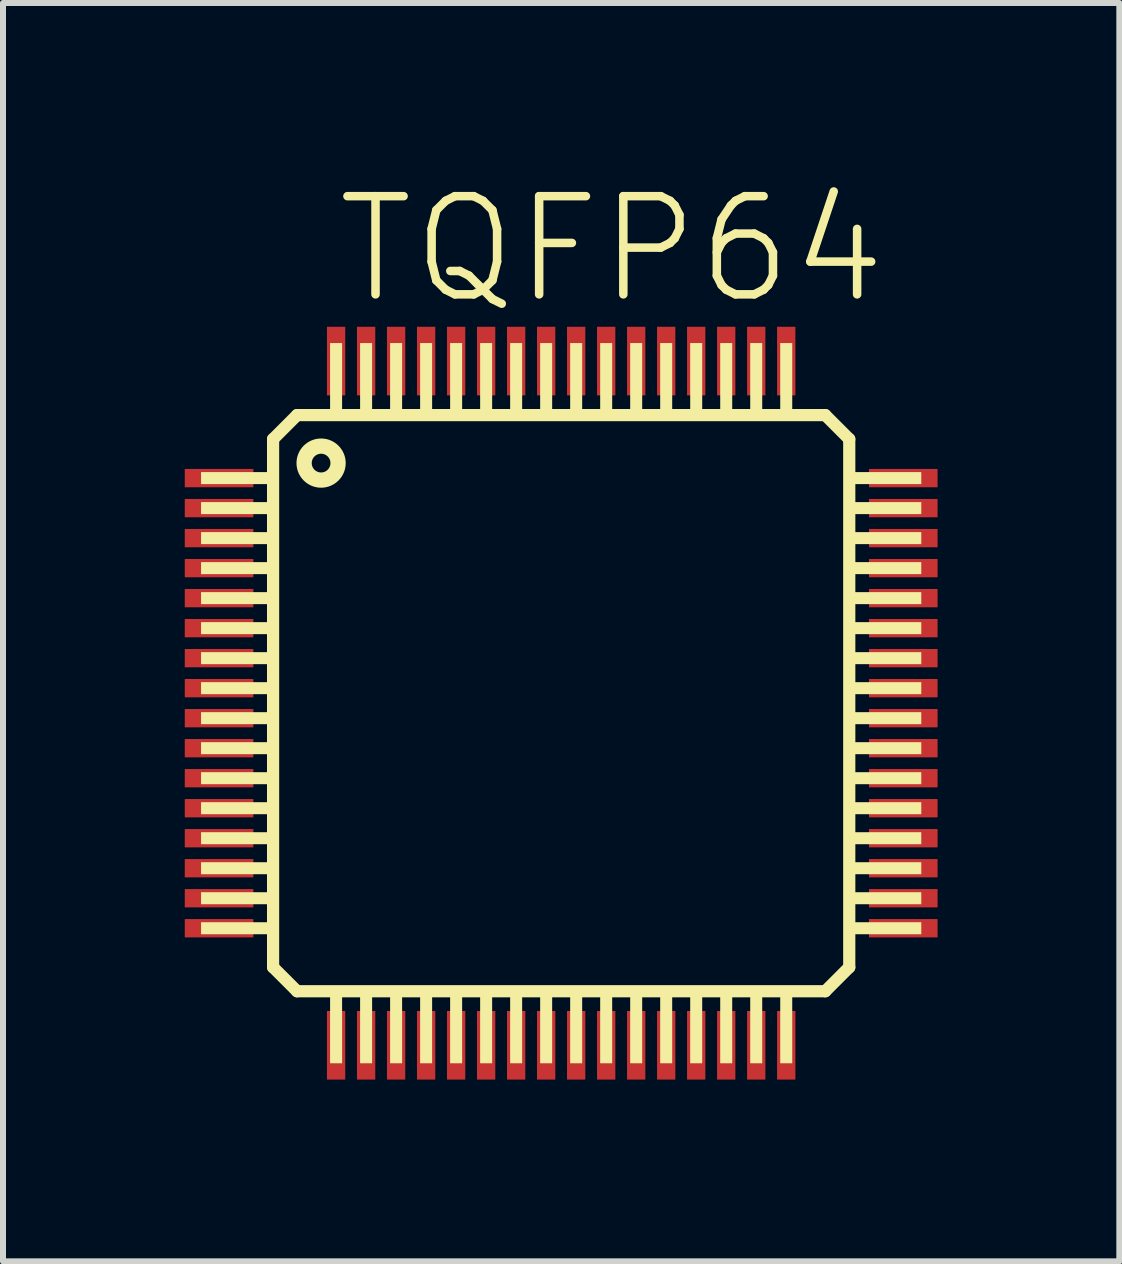
<source format=kicad_pcb>
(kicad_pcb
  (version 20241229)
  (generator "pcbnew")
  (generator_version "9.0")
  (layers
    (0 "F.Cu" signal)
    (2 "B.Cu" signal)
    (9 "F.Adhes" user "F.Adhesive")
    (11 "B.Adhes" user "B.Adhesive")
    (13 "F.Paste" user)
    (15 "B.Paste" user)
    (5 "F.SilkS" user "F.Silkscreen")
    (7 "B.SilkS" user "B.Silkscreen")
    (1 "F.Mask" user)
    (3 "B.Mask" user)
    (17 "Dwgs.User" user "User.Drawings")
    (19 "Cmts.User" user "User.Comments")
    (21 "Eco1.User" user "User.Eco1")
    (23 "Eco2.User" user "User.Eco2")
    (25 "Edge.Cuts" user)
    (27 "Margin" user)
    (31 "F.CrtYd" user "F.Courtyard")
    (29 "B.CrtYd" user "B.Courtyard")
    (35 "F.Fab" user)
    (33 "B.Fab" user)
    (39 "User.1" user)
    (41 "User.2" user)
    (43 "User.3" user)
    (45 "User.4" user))
  (footprint "TQFP64"
    (layer "F.Cu")
    (at 6.3 8.666)
    (property "Reference" "TQFP64" (at -3.81 -6.604 0) (layer "F.SilkS") (effects (font (size 1.636 1.636) (thickness 0.142)) (justify left bottom)))
    (fp_line (start -4.8 -4.4) (end -4.4 -4.8) (stroke (width 0.203) (type solid)) (layer "F.SilkS"))
    (fp_line (start -4.8 4.4) (end -4.8 -4.4) (stroke (width 0.203) (type solid)) (layer "F.SilkS"))
    (fp_line (start -4.4 -4.8) (end 4.4 -4.8) (stroke (width 0.203) (type solid)) (layer "F.SilkS"))
    (fp_line (start -4.4 4.8) (end -4.8 4.4) (stroke (width 0.203) (type solid)) (layer "F.SilkS"))
    (fp_line (start 4.4 -4.8) (end 4.8 -4.4) (stroke (width 0.203) (type solid)) (layer "F.SilkS"))
    (fp_line (start 4.4 4.8) (end -4.4 4.8) (stroke (width 0.203) (type solid)) (layer "F.SilkS"))
    (fp_line (start 4.8 -4.4) (end 4.8 4.4) (stroke (width 0.203) (type solid)) (layer "F.SilkS"))
    (fp_line (start 4.8 4.4) (end 4.4 4.8) (stroke (width 0.203) (type solid)) (layer "F.SilkS"))
    (fp_circle (center -4 -4) (end -3.717 -4) (stroke (width 0.254) (type solid)) (fill no) (layer "F.SilkS"))
    (fp_poly (pts (xy -6 -3.65) (xy -4.8 -3.65) (xy -4.8 -3.85) (xy -6 -3.85)) (stroke (width 0) (type default)) (fill yes) (layer "F.SilkS"))
    (fp_poly (pts (xy -6 -3.15) (xy -4.8 -3.15) (xy -4.8 -3.35) (xy -6 -3.35)) (stroke (width 0) (type default)) (fill yes) (layer "F.SilkS"))
    (fp_poly (pts (xy -6 -2.65) (xy -4.8 -2.65) (xy -4.8 -2.85) (xy -6 -2.85)) (stroke (width 0) (type default)) (fill yes) (layer "F.SilkS"))
    (fp_poly (pts (xy -6 -2.15) (xy -4.8 -2.15) (xy -4.8 -2.35) (xy -6 -2.35)) (stroke (width 0) (type default)) (fill yes) (layer "F.SilkS"))
    (fp_poly (pts (xy -6 -1.65) (xy -4.8 -1.65) (xy -4.8 -1.85) (xy -6 -1.85)) (stroke (width 0) (type default)) (fill yes) (layer "F.SilkS"))
    (fp_poly (pts (xy -6 -1.15) (xy -4.8 -1.15) (xy -4.8 -1.35) (xy -6 -1.35)) (stroke (width 0) (type default)) (fill yes) (layer "F.SilkS"))
    (fp_poly (pts (xy -6 -0.65) (xy -4.8 -0.65) (xy -4.8 -0.85) (xy -6 -0.85)) (stroke (width 0) (type default)) (fill yes) (layer "F.SilkS"))
    (fp_poly (pts (xy -6 -0.15) (xy -4.8 -0.15) (xy -4.8 -0.35) (xy -6 -0.35)) (stroke (width 0) (type default)) (fill yes) (layer "F.SilkS"))
    (fp_poly (pts (xy -6 0.35) (xy -4.8 0.35) (xy -4.8 0.15) (xy -6 0.15)) (stroke (width 0) (type default)) (fill yes) (layer "F.SilkS"))
    (fp_poly (pts (xy -6 0.85) (xy -4.8 0.85) (xy -4.8 0.65) (xy -6 0.65)) (stroke (width 0) (type default)) (fill yes) (layer "F.SilkS"))
    (fp_poly (pts (xy -6 1.35) (xy -4.8 1.35) (xy -4.8 1.15) (xy -6 1.15)) (stroke (width 0) (type default)) (fill yes) (layer "F.SilkS"))
    (fp_poly (pts (xy -6 1.85) (xy -4.8 1.85) (xy -4.8 1.65) (xy -6 1.65)) (stroke (width 0) (type default)) (fill yes) (layer "F.SilkS"))
    (fp_poly (pts (xy -6 2.35) (xy -4.8 2.35) (xy -4.8 2.15) (xy -6 2.15)) (stroke (width 0) (type default)) (fill yes) (layer "F.SilkS"))
    (fp_poly (pts (xy -6 2.85) (xy -4.8 2.85) (xy -4.8 2.65) (xy -6 2.65)) (stroke (width 0) (type default)) (fill yes) (layer "F.SilkS"))
    (fp_poly (pts (xy -6 3.35) (xy -4.8 3.35) (xy -4.8 3.15) (xy -6 3.15)) (stroke (width 0) (type default)) (fill yes) (layer "F.SilkS"))
    (fp_poly (pts (xy -6 3.85) (xy -4.8 3.85) (xy -4.8 3.65) (xy -6 3.65)) (stroke (width 0) (type default)) (fill yes) (layer "F.SilkS"))
    (fp_poly (pts (xy -3.85 -4.8) (xy -3.65 -4.8) (xy -3.65 -6) (xy -3.85 -6)) (stroke (width 0) (type default)) (fill yes) (layer "F.SilkS"))
    (fp_poly (pts (xy -3.85 6) (xy -3.65 6) (xy -3.65 4.8) (xy -3.85 4.8)) (stroke (width 0) (type default)) (fill yes) (layer "F.SilkS"))
    (fp_poly (pts (xy -3.35 -4.8) (xy -3.15 -4.8) (xy -3.15 -6) (xy -3.35 -6)) (stroke (width 0) (type default)) (fill yes) (layer "F.SilkS"))
    (fp_poly (pts (xy -3.35 6) (xy -3.15 6) (xy -3.15 4.8) (xy -3.35 4.8)) (stroke (width 0) (type default)) (fill yes) (layer "F.SilkS"))
    (fp_poly (pts (xy -2.85 -4.8) (xy -2.65 -4.8) (xy -2.65 -6) (xy -2.85 -6)) (stroke (width 0) (type default)) (fill yes) (layer "F.SilkS"))
    (fp_poly (pts (xy -2.85 6) (xy -2.65 6) (xy -2.65 4.8) (xy -2.85 4.8)) (stroke (width 0) (type default)) (fill yes) (layer "F.SilkS"))
    (fp_poly (pts (xy -2.35 -4.8) (xy -2.15 -4.8) (xy -2.15 -6) (xy -2.35 -6)) (stroke (width 0) (type default)) (fill yes) (layer "F.SilkS"))
    (fp_poly (pts (xy -2.35 6) (xy -2.15 6) (xy -2.15 4.8) (xy -2.35 4.8)) (stroke (width 0) (type default)) (fill yes) (layer "F.SilkS"))
    (fp_poly (pts (xy -1.85 -4.8) (xy -1.65 -4.8) (xy -1.65 -6) (xy -1.85 -6)) (stroke (width 0) (type default)) (fill yes) (layer "F.SilkS"))
    (fp_poly (pts (xy -1.85 6) (xy -1.65 6) (xy -1.65 4.8) (xy -1.85 4.8)) (stroke (width 0) (type default)) (fill yes) (layer "F.SilkS"))
    (fp_poly (pts (xy -1.35 -4.8) (xy -1.15 -4.8) (xy -1.15 -6) (xy -1.35 -6)) (stroke (width 0) (type default)) (fill yes) (layer "F.SilkS"))
    (fp_poly (pts (xy -1.35 6) (xy -1.15 6) (xy -1.15 4.8) (xy -1.35 4.8)) (stroke (width 0) (type default)) (fill yes) (layer "F.SilkS"))
    (fp_poly (pts (xy -0.85 -4.8) (xy -0.65 -4.8) (xy -0.65 -6) (xy -0.85 -6)) (stroke (width 0) (type default)) (fill yes) (layer "F.SilkS"))
    (fp_poly (pts (xy -0.85 6) (xy -0.65 6) (xy -0.65 4.8) (xy -0.85 4.8)) (stroke (width 0) (type default)) (fill yes) (layer "F.SilkS"))
    (fp_poly (pts (xy -0.35 -4.8) (xy -0.15 -4.8) (xy -0.15 -6) (xy -0.35 -6)) (stroke (width 0) (type default)) (fill yes) (layer "F.SilkS"))
    (fp_poly (pts (xy -0.35 6) (xy -0.15 6) (xy -0.15 4.8) (xy -0.35 4.8)) (stroke (width 0) (type default)) (fill yes) (layer "F.SilkS"))
    (fp_poly (pts (xy 0.15 -4.8) (xy 0.35 -4.8) (xy 0.35 -6) (xy 0.15 -6)) (stroke (width 0) (type default)) (fill yes) (layer "F.SilkS"))
    (fp_poly (pts (xy 0.15 6) (xy 0.35 6) (xy 0.35 4.8) (xy 0.15 4.8)) (stroke (width 0) (type default)) (fill yes) (layer "F.SilkS"))
    (fp_poly (pts (xy 0.65 -4.8) (xy 0.85 -4.8) (xy 0.85 -6) (xy 0.65 -6)) (stroke (width 0) (type default)) (fill yes) (layer "F.SilkS"))
    (fp_poly (pts (xy 0.65 6) (xy 0.85 6) (xy 0.85 4.8) (xy 0.65 4.8)) (stroke (width 0) (type default)) (fill yes) (layer "F.SilkS"))
    (fp_poly (pts (xy 1.15 -4.8) (xy 1.35 -4.8) (xy 1.35 -6) (xy 1.15 -6)) (stroke (width 0) (type default)) (fill yes) (layer "F.SilkS"))
    (fp_poly (pts (xy 1.15 6) (xy 1.35 6) (xy 1.35 4.8) (xy 1.15 4.8)) (stroke (width 0) (type default)) (fill yes) (layer "F.SilkS"))
    (fp_poly (pts (xy 1.65 -4.8) (xy 1.85 -4.8) (xy 1.85 -6) (xy 1.65 -6)) (stroke (width 0) (type default)) (fill yes) (layer "F.SilkS"))
    (fp_poly (pts (xy 1.65 6) (xy 1.85 6) (xy 1.85 4.8) (xy 1.65 4.8)) (stroke (width 0) (type default)) (fill yes) (layer "F.SilkS"))
    (fp_poly (pts (xy 2.15 -4.8) (xy 2.35 -4.8) (xy 2.35 -6) (xy 2.15 -6)) (stroke (width 0) (type default)) (fill yes) (layer "F.SilkS"))
    (fp_poly (pts (xy 2.15 6) (xy 2.35 6) (xy 2.35 4.8) (xy 2.15 4.8)) (stroke (width 0) (type default)) (fill yes) (layer "F.SilkS"))
    (fp_poly (pts (xy 2.65 -4.8) (xy 2.85 -4.8) (xy 2.85 -6) (xy 2.65 -6)) (stroke (width 0) (type default)) (fill yes) (layer "F.SilkS"))
    (fp_poly (pts (xy 2.65 6) (xy 2.85 6) (xy 2.85 4.8) (xy 2.65 4.8)) (stroke (width 0) (type default)) (fill yes) (layer "F.SilkS"))
    (fp_poly (pts (xy 3.15 -4.8) (xy 3.35 -4.8) (xy 3.35 -6) (xy 3.15 -6)) (stroke (width 0) (type default)) (fill yes) (layer "F.SilkS"))
    (fp_poly (pts (xy 3.15 6) (xy 3.35 6) (xy 3.35 4.8) (xy 3.15 4.8)) (stroke (width 0) (type default)) (fill yes) (layer "F.SilkS"))
    (fp_poly (pts (xy 3.65 -4.8) (xy 3.85 -4.8) (xy 3.85 -6) (xy 3.65 -6)) (stroke (width 0) (type default)) (fill yes) (layer "F.SilkS"))
    (fp_poly (pts (xy 3.65 6) (xy 3.85 6) (xy 3.85 4.8) (xy 3.65 4.8)) (stroke (width 0) (type default)) (fill yes) (layer "F.SilkS"))
    (fp_poly (pts (xy 4.8 -3.65) (xy 6 -3.65) (xy 6 -3.85) (xy 4.8 -3.85)) (stroke (width 0) (type default)) (fill yes) (layer "F.SilkS"))
    (fp_poly (pts (xy 4.8 -3.15) (xy 6 -3.15) (xy 6 -3.35) (xy 4.8 -3.35)) (stroke (width 0) (type default)) (fill yes) (layer "F.SilkS"))
    (fp_poly (pts (xy 4.8 -2.65) (xy 6 -2.65) (xy 6 -2.85) (xy 4.8 -2.85)) (stroke (width 0) (type default)) (fill yes) (layer "F.SilkS"))
    (fp_poly (pts (xy 4.8 -2.15) (xy 6 -2.15) (xy 6 -2.35) (xy 4.8 -2.35)) (stroke (width 0) (type default)) (fill yes) (layer "F.SilkS"))
    (fp_poly (pts (xy 4.8 -1.65) (xy 6 -1.65) (xy 6 -1.85) (xy 4.8 -1.85)) (stroke (width 0) (type default)) (fill yes) (layer "F.SilkS"))
    (fp_poly (pts (xy 4.8 -1.15) (xy 6 -1.15) (xy 6 -1.35) (xy 4.8 -1.35)) (stroke (width 0) (type default)) (fill yes) (layer "F.SilkS"))
    (fp_poly (pts (xy 4.8 -0.65) (xy 6 -0.65) (xy 6 -0.85) (xy 4.8 -0.85)) (stroke (width 0) (type default)) (fill yes) (layer "F.SilkS"))
    (fp_poly (pts (xy 4.8 -0.15) (xy 6 -0.15) (xy 6 -0.35) (xy 4.8 -0.35)) (stroke (width 0) (type default)) (fill yes) (layer "F.SilkS"))
    (fp_poly (pts (xy 4.8 0.35) (xy 6 0.35) (xy 6 0.15) (xy 4.8 0.15)) (stroke (width 0) (type default)) (fill yes) (layer "F.SilkS"))
    (fp_poly (pts (xy 4.8 0.85) (xy 6 0.85) (xy 6 0.65) (xy 4.8 0.65)) (stroke (width 0) (type default)) (fill yes) (layer "F.SilkS"))
    (fp_poly (pts (xy 4.8 1.35) (xy 6 1.35) (xy 6 1.15) (xy 4.8 1.15)) (stroke (width 0) (type default)) (fill yes) (layer "F.SilkS"))
    (fp_poly (pts (xy 4.8 1.85) (xy 6 1.85) (xy 6 1.65) (xy 4.8 1.65)) (stroke (width 0) (type default)) (fill yes) (layer "F.SilkS"))
    (fp_poly (pts (xy 4.8 2.35) (xy 6 2.35) (xy 6 2.15) (xy 4.8 2.15)) (stroke (width 0) (type default)) (fill yes) (layer "F.SilkS"))
    (fp_poly (pts (xy 4.8 2.85) (xy 6 2.85) (xy 6 2.65) (xy 4.8 2.65)) (stroke (width 0) (type default)) (fill yes) (layer "F.SilkS"))
    (fp_poly (pts (xy 4.8 3.35) (xy 6 3.35) (xy 6 3.15) (xy 4.8 3.15)) (stroke (width 0) (type default)) (fill yes) (layer "F.SilkS"))
    (fp_poly (pts (xy 4.8 3.85) (xy 6 3.85) (xy 6 3.65) (xy 4.8 3.65)) (stroke (width 0) (type default)) (fill yes) (layer "F.SilkS"))
    (fp_poly (pts (xy -6.3 -3.6) (xy -5.4 -3.6) (xy -5.4 -3.9) (xy -6.3 -3.9)) (stroke (width 0) (type default)) (fill yes) (layer "F.Paste"))
    (fp_poly (pts (xy -6.3 -3.1) (xy -5.4 -3.1) (xy -5.4 -3.4) (xy -6.3 -3.4)) (stroke (width 0) (type default)) (fill yes) (layer "F.Paste"))
    (fp_poly (pts (xy -6.3 -2.6) (xy -5.4 -2.6) (xy -5.4 -2.9) (xy -6.3 -2.9)) (stroke (width 0) (type default)) (fill yes) (layer "F.Paste"))
    (fp_poly (pts (xy -6.3 -2.1) (xy -5.4 -2.1) (xy -5.4 -2.4) (xy -6.3 -2.4)) (stroke (width 0) (type default)) (fill yes) (layer "F.Paste"))
    (fp_poly (pts (xy -6.3 -1.6) (xy -5.4 -1.6) (xy -5.4 -1.9) (xy -6.3 -1.9)) (stroke (width 0) (type default)) (fill yes) (layer "F.Paste"))
    (fp_poly (pts (xy -6.3 -1.1) (xy -5.4 -1.1) (xy -5.4 -1.4) (xy -6.3 -1.4)) (stroke (width 0) (type default)) (fill yes) (layer "F.Paste"))
    (fp_poly (pts (xy -6.3 -0.6) (xy -5.4 -0.6) (xy -5.4 -0.9) (xy -6.3 -0.9)) (stroke (width 0) (type default)) (fill yes) (layer "F.Paste"))
    (fp_poly (pts (xy -6.3 -0.1) (xy -5.4 -0.1) (xy -5.4 -0.4) (xy -6.3 -0.4)) (stroke (width 0) (type default)) (fill yes) (layer "F.Paste"))
    (fp_poly (pts (xy -6.3 0.4) (xy -5.4 0.4) (xy -5.4 0.1) (xy -6.3 0.1)) (stroke (width 0) (type default)) (fill yes) (layer "F.Paste"))
    (fp_poly (pts (xy -6.3 0.9) (xy -5.4 0.9) (xy -5.4 0.6) (xy -6.3 0.6)) (stroke (width 0) (type default)) (fill yes) (layer "F.Paste"))
    (fp_poly (pts (xy -6.3 1.4) (xy -5.4 1.4) (xy -5.4 1.1) (xy -6.3 1.1)) (stroke (width 0) (type default)) (fill yes) (layer "F.Paste"))
    (fp_poly (pts (xy -6.3 1.9) (xy -5.4 1.9) (xy -5.4 1.6) (xy -6.3 1.6)) (stroke (width 0) (type default)) (fill yes) (layer "F.Paste"))
    (fp_poly (pts (xy -6.3 2.4) (xy -5.4 2.4) (xy -5.4 2.1) (xy -6.3 2.1)) (stroke (width 0) (type default)) (fill yes) (layer "F.Paste"))
    (fp_poly (pts (xy -6.3 2.9) (xy -5.4 2.9) (xy -5.4 2.6) (xy -6.3 2.6)) (stroke (width 0) (type default)) (fill yes) (layer "F.Paste"))
    (fp_poly (pts (xy -6.3 3.4) (xy -5.4 3.4) (xy -5.4 3.1) (xy -6.3 3.1)) (stroke (width 0) (type default)) (fill yes) (layer "F.Paste"))
    (fp_poly (pts (xy -6.3 3.9) (xy -5.4 3.9) (xy -5.4 3.6) (xy -6.3 3.6)) (stroke (width 0) (type default)) (fill yes) (layer "F.Paste"))
    (fp_poly (pts (xy -3.6 -5.4) (xy -3.6 -6.3) (xy -3.9 -6.3) (xy -3.9 -5.4)) (stroke (width 0) (type default)) (fill yes) (layer "F.Paste"))
    (fp_poly (pts (xy -3.6 6.3) (xy -3.6 5.4) (xy -3.9 5.4) (xy -3.9 6.3)) (stroke (width 0) (type default)) (fill yes) (layer "F.Paste"))
    (fp_poly (pts (xy -3.1 -5.4) (xy -3.1 -6.3) (xy -3.4 -6.3) (xy -3.4 -5.4)) (stroke (width 0) (type default)) (fill yes) (layer "F.Paste"))
    (fp_poly (pts (xy -3.1 6.3) (xy -3.1 5.4) (xy -3.4 5.4) (xy -3.4 6.3)) (stroke (width 0) (type default)) (fill yes) (layer "F.Paste"))
    (fp_poly (pts (xy -2.6 -5.4) (xy -2.6 -6.3) (xy -2.9 -6.3) (xy -2.9 -5.4)) (stroke (width 0) (type default)) (fill yes) (layer "F.Paste"))
    (fp_poly (pts (xy -2.6 6.3) (xy -2.6 5.4) (xy -2.9 5.4) (xy -2.9 6.3)) (stroke (width 0) (type default)) (fill yes) (layer "F.Paste"))
    (fp_poly (pts (xy -2.1 -5.4) (xy -2.1 -6.3) (xy -2.4 -6.3) (xy -2.4 -5.4)) (stroke (width 0) (type default)) (fill yes) (layer "F.Paste"))
    (fp_poly (pts (xy -2.1 6.3) (xy -2.1 5.4) (xy -2.4 5.4) (xy -2.4 6.3)) (stroke (width 0) (type default)) (fill yes) (layer "F.Paste"))
    (fp_poly (pts (xy -1.6 -5.4) (xy -1.6 -6.3) (xy -1.9 -6.3) (xy -1.9 -5.4)) (stroke (width 0) (type default)) (fill yes) (layer "F.Paste"))
    (fp_poly (pts (xy -1.6 6.3) (xy -1.6 5.4) (xy -1.9 5.4) (xy -1.9 6.3)) (stroke (width 0) (type default)) (fill yes) (layer "F.Paste"))
    (fp_poly (pts (xy -1.1 -5.4) (xy -1.1 -6.3) (xy -1.4 -6.3) (xy -1.4 -5.4)) (stroke (width 0) (type default)) (fill yes) (layer "F.Paste"))
    (fp_poly (pts (xy -1.1 6.3) (xy -1.1 5.4) (xy -1.4 5.4) (xy -1.4 6.3)) (stroke (width 0) (type default)) (fill yes) (layer "F.Paste"))
    (fp_poly (pts (xy -0.6 -5.4) (xy -0.6 -6.3) (xy -0.9 -6.3) (xy -0.9 -5.4)) (stroke (width 0) (type default)) (fill yes) (layer "F.Paste"))
    (fp_poly (pts (xy -0.6 6.3) (xy -0.6 5.4) (xy -0.9 5.4) (xy -0.9 6.3)) (stroke (width 0) (type default)) (fill yes) (layer "F.Paste"))
    (fp_poly (pts (xy -0.1 -5.4) (xy -0.1 -6.3) (xy -0.4 -6.3) (xy -0.4 -5.4)) (stroke (width 0) (type default)) (fill yes) (layer "F.Paste"))
    (fp_poly (pts (xy -0.1 6.3) (xy -0.1 5.4) (xy -0.4 5.4) (xy -0.4 6.3)) (stroke (width 0) (type default)) (fill yes) (layer "F.Paste"))
    (fp_poly (pts (xy 0.4 -5.4) (xy 0.4 -6.3) (xy 0.1 -6.3) (xy 0.1 -5.4)) (stroke (width 0) (type default)) (fill yes) (layer "F.Paste"))
    (fp_poly (pts (xy 0.4 6.3) (xy 0.4 5.4) (xy 0.1 5.4) (xy 0.1 6.3)) (stroke (width 0) (type default)) (fill yes) (layer "F.Paste"))
    (fp_poly (pts (xy 0.9 -5.4) (xy 0.9 -6.3) (xy 0.6 -6.3) (xy 0.6 -5.4)) (stroke (width 0) (type default)) (fill yes) (layer "F.Paste"))
    (fp_poly (pts (xy 0.9 6.3) (xy 0.9 5.4) (xy 0.6 5.4) (xy 0.6 6.3)) (stroke (width 0) (type default)) (fill yes) (layer "F.Paste"))
    (fp_poly (pts (xy 1.4 -5.4) (xy 1.4 -6.3) (xy 1.1 -6.3) (xy 1.1 -5.4)) (stroke (width 0) (type default)) (fill yes) (layer "F.Paste"))
    (fp_poly (pts (xy 1.4 6.3) (xy 1.4 5.4) (xy 1.1 5.4) (xy 1.1 6.3)) (stroke (width 0) (type default)) (fill yes) (layer "F.Paste"))
    (fp_poly (pts (xy 1.9 -5.4) (xy 1.9 -6.3) (xy 1.6 -6.3) (xy 1.6 -5.4)) (stroke (width 0) (type default)) (fill yes) (layer "F.Paste"))
    (fp_poly (pts (xy 1.9 6.3) (xy 1.9 5.4) (xy 1.6 5.4) (xy 1.6 6.3)) (stroke (width 0) (type default)) (fill yes) (layer "F.Paste"))
    (fp_poly (pts (xy 2.4 -5.4) (xy 2.4 -6.3) (xy 2.1 -6.3) (xy 2.1 -5.4)) (stroke (width 0) (type default)) (fill yes) (layer "F.Paste"))
    (fp_poly (pts (xy 2.4 6.3) (xy 2.4 5.4) (xy 2.1 5.4) (xy 2.1 6.3)) (stroke (width 0) (type default)) (fill yes) (layer "F.Paste"))
    (fp_poly (pts (xy 2.9 -5.4) (xy 2.9 -6.3) (xy 2.6 -6.3) (xy 2.6 -5.4)) (stroke (width 0) (type default)) (fill yes) (layer "F.Paste"))
    (fp_poly (pts (xy 2.9 6.3) (xy 2.9 5.4) (xy 2.6 5.4) (xy 2.6 6.3)) (stroke (width 0) (type default)) (fill yes) (layer "F.Paste"))
    (fp_poly (pts (xy 3.4 -5.4) (xy 3.4 -6.3) (xy 3.1 -6.3) (xy 3.1 -5.4)) (stroke (width 0) (type default)) (fill yes) (layer "F.Paste"))
    (fp_poly (pts (xy 3.4 6.3) (xy 3.4 5.4) (xy 3.1 5.4) (xy 3.1 6.3)) (stroke (width 0) (type default)) (fill yes) (layer "F.Paste"))
    (fp_poly (pts (xy 3.9 -5.4) (xy 3.9 -6.3) (xy 3.6 -6.3) (xy 3.6 -5.4)) (stroke (width 0) (type default)) (fill yes) (layer "F.Paste"))
    (fp_poly (pts (xy 3.9 6.3) (xy 3.9 5.4) (xy 3.6 5.4) (xy 3.6 6.3)) (stroke (width 0) (type default)) (fill yes) (layer "F.Paste"))
    (fp_poly (pts (xy 5.4 -3.6) (xy 6.3 -3.6) (xy 6.3 -3.9) (xy 5.4 -3.9)) (stroke (width 0) (type default)) (fill yes) (layer "F.Paste"))
    (fp_poly (pts (xy 5.4 -3.1) (xy 6.3 -3.1) (xy 6.3 -3.4) (xy 5.4 -3.4)) (stroke (width 0) (type default)) (fill yes) (layer "F.Paste"))
    (fp_poly (pts (xy 5.4 -2.6) (xy 6.3 -2.6) (xy 6.3 -2.9) (xy 5.4 -2.9)) (stroke (width 0) (type default)) (fill yes) (layer "F.Paste"))
    (fp_poly (pts (xy 5.4 -2.1) (xy 6.3 -2.1) (xy 6.3 -2.4) (xy 5.4 -2.4)) (stroke (width 0) (type default)) (fill yes) (layer "F.Paste"))
    (fp_poly (pts (xy 5.4 -1.6) (xy 6.3 -1.6) (xy 6.3 -1.9) (xy 5.4 -1.9)) (stroke (width 0) (type default)) (fill yes) (layer "F.Paste"))
    (fp_poly (pts (xy 5.4 -1.1) (xy 6.3 -1.1) (xy 6.3 -1.4) (xy 5.4 -1.4)) (stroke (width 0) (type default)) (fill yes) (layer "F.Paste"))
    (fp_poly (pts (xy 5.4 -0.6) (xy 6.3 -0.6) (xy 6.3 -0.9) (xy 5.4 -0.9)) (stroke (width 0) (type default)) (fill yes) (layer "F.Paste"))
    (fp_poly (pts (xy 5.4 -0.1) (xy 6.3 -0.1) (xy 6.3 -0.4) (xy 5.4 -0.4)) (stroke (width 0) (type default)) (fill yes) (layer "F.Paste"))
    (fp_poly (pts (xy 5.4 0.4) (xy 6.3 0.4) (xy 6.3 0.1) (xy 5.4 0.1)) (stroke (width 0) (type default)) (fill yes) (layer "F.Paste"))
    (fp_poly (pts (xy 5.4 0.9) (xy 6.3 0.9) (xy 6.3 0.6) (xy 5.4 0.6)) (stroke (width 0) (type default)) (fill yes) (layer "F.Paste"))
    (fp_poly (pts (xy 5.4 1.4) (xy 6.3 1.4) (xy 6.3 1.1) (xy 5.4 1.1)) (stroke (width 0) (type default)) (fill yes) (layer "F.Paste"))
    (fp_poly (pts (xy 5.4 1.9) (xy 6.3 1.9) (xy 6.3 1.6) (xy 5.4 1.6)) (stroke (width 0) (type default)) (fill yes) (layer "F.Paste"))
    (fp_poly (pts (xy 5.4 2.4) (xy 6.3 2.4) (xy 6.3 2.1) (xy 5.4 2.1)) (stroke (width 0) (type default)) (fill yes) (layer "F.Paste"))
    (fp_poly (pts (xy 5.4 2.9) (xy 6.3 2.9) (xy 6.3 2.6) (xy 5.4 2.6)) (stroke (width 0) (type default)) (fill yes) (layer "F.Paste"))
    (fp_poly (pts (xy 5.4 3.4) (xy 6.3 3.4) (xy 6.3 3.1) (xy 5.4 3.1)) (stroke (width 0) (type default)) (fill yes) (layer "F.Paste"))
    (fp_poly (pts (xy 5.4 3.9) (xy 6.3 3.9) (xy 6.3 3.6) (xy 5.4 3.6)) (stroke (width 0) (type default)) (fill yes) (layer "F.Paste"))
    (pad "1" smd rect (at -5.7 -3.75) (size 1.143 0.305) (layers "F.Cu" "F.Mask"))
    (pad "2" smd rect (at -5.7 -3.25) (size 1.143 0.305) (layers "F.Cu" "F.Mask"))
    (pad "3" smd rect (at -5.7 -2.75) (size 1.143 0.305) (layers "F.Cu" "F.Mask"))
    (pad "4" smd rect (at -5.7 -2.25) (size 1.143 0.305) (layers "F.Cu" "F.Mask"))
    (pad "5" smd rect (at -5.7 -1.75) (size 1.143 0.305) (layers "F.Cu" "F.Mask"))
    (pad "6" smd rect (at -5.7 -1.25) (size 1.143 0.305) (layers "F.Cu" "F.Mask"))
    (pad "7" smd rect (at -5.7 -0.75) (size 1.143 0.305) (layers "F.Cu" "F.Mask"))
    (pad "8" smd rect (at -5.7 -0.25) (size 1.143 0.305) (layers "F.Cu" "F.Mask"))
    (pad "9" smd rect (at -5.7 0.25) (size 1.143 0.305) (layers "F.Cu" "F.Mask"))
    (pad "10" smd rect (at -5.7 0.75) (size 1.143 0.305) (layers "F.Cu" "F.Mask"))
    (pad "11" smd rect (at -5.7 1.25) (size 1.143 0.305) (layers "F.Cu" "F.Mask"))
    (pad "12" smd rect (at -5.7 1.75) (size 1.143 0.305) (layers "F.Cu" "F.Mask"))
    (pad "13" smd rect (at -5.7 2.25) (size 1.143 0.305) (layers "F.Cu" "F.Mask"))
    (pad "14" smd rect (at -5.7 2.75) (size 1.143 0.305) (layers "F.Cu" "F.Mask"))
    (pad "15" smd rect (at -5.7 3.25) (size 1.143 0.305) (layers "F.Cu" "F.Mask"))
    (pad "16" smd rect (at -5.7 3.75) (size 1.143 0.305) (layers "F.Cu" "F.Mask"))
    (pad "17" smd rect (at -3.75 5.7) (size 0.305 1.143) (layers "F.Cu" "F.Mask"))
    (pad "18" smd rect (at -3.25 5.7) (size 0.305 1.143) (layers "F.Cu" "F.Mask"))
    (pad "19" smd rect (at -2.75 5.7) (size 0.305 1.143) (layers "F.Cu" "F.Mask"))
    (pad "20" smd rect (at -2.25 5.7) (size 0.305 1.143) (layers "F.Cu" "F.Mask"))
    (pad "21" smd rect (at -1.75 5.7) (size 0.305 1.143) (layers "F.Cu" "F.Mask"))
    (pad "22" smd rect (at -1.25 5.7) (size 0.305 1.143) (layers "F.Cu" "F.Mask"))
    (pad "23" smd rect (at -0.75 5.7) (size 0.305 1.143) (layers "F.Cu" "F.Mask"))
    (pad "24" smd rect (at -0.25 5.7) (size 0.305 1.143) (layers "F.Cu" "F.Mask"))
    (pad "25" smd rect (at 0.25 5.7) (size 0.305 1.143) (layers "F.Cu" "F.Mask"))
    (pad "26" smd rect (at 0.75 5.7) (size 0.305 1.143) (layers "F.Cu" "F.Mask"))
    (pad "27" smd rect (at 1.25 5.7) (size 0.305 1.143) (layers "F.Cu" "F.Mask"))
    (pad "28" smd rect (at 1.75 5.7) (size 0.305 1.143) (layers "F.Cu" "F.Mask"))
    (pad "29" smd rect (at 2.25 5.7) (size 0.305 1.143) (layers "F.Cu" "F.Mask"))
    (pad "30" smd rect (at 2.75 5.7) (size 0.305 1.143) (layers "F.Cu" "F.Mask"))
    (pad "31" smd rect (at 3.25 5.7) (size 0.305 1.143) (layers "F.Cu" "F.Mask"))
    (pad "32" smd rect (at 3.75 5.7) (size 0.305 1.143) (layers "F.Cu" "F.Mask"))
    (pad "33" smd rect (at 5.7 3.75) (size 1.143 0.305) (layers "F.Cu" "F.Mask"))
    (pad "34" smd rect (at 5.7 3.25) (size 1.143 0.305) (layers "F.Cu" "F.Mask"))
    (pad "35" smd rect (at 5.7 2.75) (size 1.143 0.305) (layers "F.Cu" "F.Mask"))
    (pad "36" smd rect (at 5.7 2.25) (size 1.143 0.305) (layers "F.Cu" "F.Mask"))
    (pad "37" smd rect (at 5.7 1.75) (size 1.143 0.305) (layers "F.Cu" "F.Mask"))
    (pad "38" smd rect (at 5.7 1.25) (size 1.143 0.305) (layers "F.Cu" "F.Mask"))
    (pad "39" smd rect (at 5.7 0.75) (size 1.143 0.305) (layers "F.Cu" "F.Mask"))
    (pad "40" smd rect (at 5.7 0.25) (size 1.143 0.305) (layers "F.Cu" "F.Mask"))
    (pad "41" smd rect (at 5.7 -0.25) (size 1.143 0.305) (layers "F.Cu" "F.Mask"))
    (pad "42" smd rect (at 5.7 -0.75) (size 1.143 0.305) (layers "F.Cu" "F.Mask"))
    (pad "43" smd rect (at 5.7 -1.25) (size 1.143 0.305) (layers "F.Cu" "F.Mask"))
    (pad "44" smd rect (at 5.7 -1.75) (size 1.143 0.305) (layers "F.Cu" "F.Mask"))
    (pad "45" smd rect (at 5.7 -2.25) (size 1.143 0.305) (layers "F.Cu" "F.Mask"))
    (pad "46" smd rect (at 5.7 -2.75) (size 1.143 0.305) (layers "F.Cu" "F.Mask"))
    (pad "47" smd rect (at 5.7 -3.25) (size 1.143 0.305) (layers "F.Cu" "F.Mask"))
    (pad "48" smd rect (at 5.7 -3.75) (size 1.143 0.305) (layers "F.Cu" "F.Mask"))
    (pad "49" smd rect (at 3.75 -5.7) (size 0.305 1.143) (layers "F.Cu" "F.Mask"))
    (pad "50" smd rect (at 3.25 -5.7) (size 0.305 1.143) (layers "F.Cu" "F.Mask"))
    (pad "51" smd rect (at 2.75 -5.7) (size 0.305 1.143) (layers "F.Cu" "F.Mask"))
    (pad "52" smd rect (at 2.25 -5.7) (size 0.305 1.143) (layers "F.Cu" "F.Mask"))
    (pad "53" smd rect (at 1.75 -5.7) (size 0.305 1.143) (layers "F.Cu" "F.Mask"))
    (pad "54" smd rect (at 1.25 -5.7) (size 0.305 1.143) (layers "F.Cu" "F.Mask"))
    (pad "55" smd rect (at 0.75 -5.7) (size 0.305 1.143) (layers "F.Cu" "F.Mask"))
    (pad "56" smd rect (at 0.25 -5.7) (size 0.305 1.143) (layers "F.Cu" "F.Mask"))
    (pad "57" smd rect (at -0.25 -5.7) (size 0.305 1.143) (layers "F.Cu" "F.Mask"))
    (pad "58" smd rect (at -0.75 -5.7) (size 0.305 1.143) (layers "F.Cu" "F.Mask"))
    (pad "59" smd rect (at -1.25 -5.7) (size 0.305 1.143) (layers "F.Cu" "F.Mask"))
    (pad "60" smd rect (at -1.75 -5.7) (size 0.305 1.143) (layers "F.Cu" "F.Mask"))
    (pad "61" smd rect (at -2.25 -5.7) (size 0.305 1.143) (layers "F.Cu" "F.Mask"))
    (pad "62" smd rect (at -2.75 -5.7) (size 0.305 1.143) (layers "F.Cu" "F.Mask"))
    (pad "63" smd rect (at -3.25 -5.7) (size 0.305 1.143) (layers "F.Cu" "F.Mask"))
    (pad "64" smd rect (at -3.75 -5.7) (size 0.305 1.143) (layers "F.Cu" "F.Mask")))
  (gr_rect
    (start -3 -3)
    (end 15.6 17.966)
    (stroke (width 0.1) (type default))
    (fill no)
    (layer "Edge.Cuts")))
</source>
